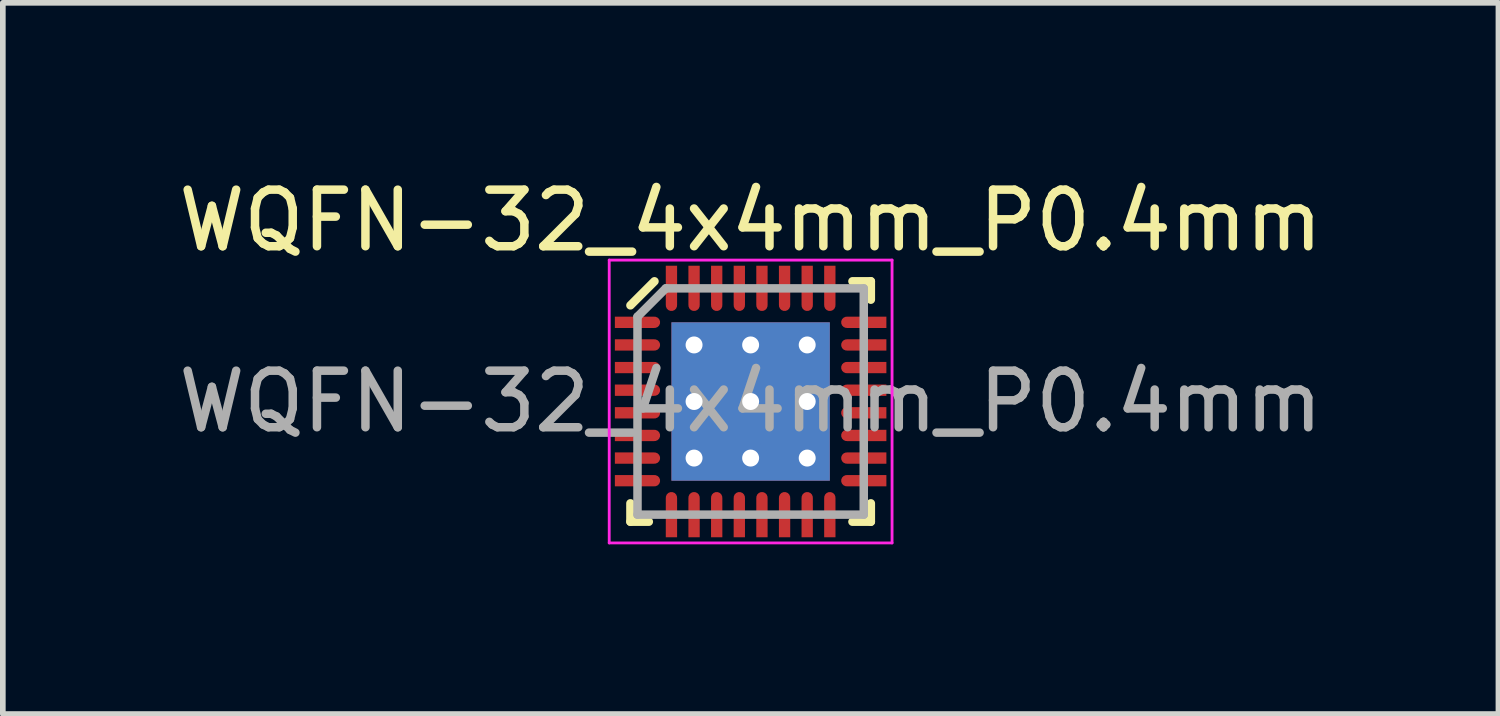
<source format=kicad_pcb>
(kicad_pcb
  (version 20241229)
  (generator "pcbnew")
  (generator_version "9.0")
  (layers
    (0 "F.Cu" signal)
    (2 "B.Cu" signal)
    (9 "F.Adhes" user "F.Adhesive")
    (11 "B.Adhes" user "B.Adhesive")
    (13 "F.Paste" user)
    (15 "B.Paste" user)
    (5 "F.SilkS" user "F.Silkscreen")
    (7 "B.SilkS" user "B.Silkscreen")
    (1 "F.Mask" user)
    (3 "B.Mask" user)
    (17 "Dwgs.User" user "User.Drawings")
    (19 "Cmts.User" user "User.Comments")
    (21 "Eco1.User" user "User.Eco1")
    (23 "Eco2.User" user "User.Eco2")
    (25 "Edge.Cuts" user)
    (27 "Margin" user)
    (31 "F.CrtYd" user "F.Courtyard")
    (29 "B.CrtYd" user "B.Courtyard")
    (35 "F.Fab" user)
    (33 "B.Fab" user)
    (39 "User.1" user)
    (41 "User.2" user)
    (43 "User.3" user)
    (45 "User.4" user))
  (footprint "WQFN-32_4x4mm_P0.4mm"
    (layer "F.Cu")
    (at 10.22 4.048)
    (property "Reference" "WQFN-32_4x4mm_P0.4mm" (at 0 -3.2 0) (layer "F.SilkS") (effects (font (size 1 1) (thickness 0.15))))
    (attr smd)
    (fp_line (start -2.125 -1.7) (end -1.7 -2.125) (stroke (width 0.15) (type solid)) (layer "F.SilkS"))
    (fp_line (start -2.125 2.125) (end -2.125 1.8) (stroke (width 0.15) (type solid)) (layer "F.SilkS"))
    (fp_line (start -2.125 2.125) (end -1.8 2.125) (stroke (width 0.15) (type solid)) (layer "F.SilkS"))
    (fp_line (start 2.125 -2.125) (end 1.8 -2.125) (stroke (width 0.15) (type solid)) (layer "F.SilkS"))
    (fp_line (start 2.125 -2.125) (end 2.125 -1.8) (stroke (width 0.15) (type solid)) (layer "F.SilkS"))
    (fp_line (start 2.125 2.125) (end 1.8 2.125) (stroke (width 0.15) (type solid)) (layer "F.SilkS"))
    (fp_line (start 2.125 2.125) (end 2.125 1.8) (stroke (width 0.15) (type solid)) (layer "F.SilkS"))
    (fp_line (start -2.5 -2.5) (end -2.5 2.5) (stroke (width 0.05) (type solid)) (layer "F.CrtYd"))
    (fp_line (start -2.5 -2.5) (end 2.5 -2.5) (stroke (width 0.05) (type solid)) (layer "F.CrtYd"))
    (fp_line (start -2.5 2.5) (end 2.5 2.5) (stroke (width 0.05) (type solid)) (layer "F.CrtYd"))
    (fp_line (start 2.5 -2.5) (end 2.5 2.5) (stroke (width 0.05) (type solid)) (layer "F.CrtYd"))
    (fp_line (start -2 -1.5) (end -1.5 -2) (stroke (width 0.15) (type solid)) (layer "F.Fab"))
    (fp_line (start -2 2) (end -2 -1.5) (stroke (width 0.15) (type solid)) (layer "F.Fab"))
    (fp_line (start -1.5 -2) (end 2 -2) (stroke (width 0.15) (type solid)) (layer "F.Fab"))
    (fp_line (start 2 -2) (end 2 2) (stroke (width 0.15) (type solid)) (layer "F.Fab"))
    (fp_line (start 2 2) (end -2 2) (stroke (width 0.15) (type solid)) (layer "F.Fab"))
    (fp_text user "${REFERENCE}" (at 0 0 0) (layer "F.Fab") (effects (font (size 1 1) (thickness 0.15))))
    (pad "" smd rect (at -0.75 -0.75) (size 1.2 1.2) (layers "F.Paste"))
    (pad "" smd rect (at -0.75 0.75) (size 1.2 1.2) (layers "F.Paste"))
    (pad "" smd rect (at 0 0) (size 2.8 2.8) (layers "F.Mask"))
    (pad "" smd rect (at 0.75 -0.75) (size 1.2 1.2) (layers "F.Paste"))
    (pad "" smd rect (at 0.75 0.75) (size 1.2 1.2) (layers "F.Paste"))
    (pad "1" smd custom (at -2.05 -1.4) (size 0.7 0.2) (layers "F.Cu" "F.Mask" "F.Paste") (options (anchor rect)) (primitives (gr_circle (center 0.35 0) (end 0.45 0) (width 0) (fill yes))))
    (pad "2" smd custom (at -2.05 -1) (size 0.7 0.2) (layers "F.Cu" "F.Mask" "F.Paste") (options (anchor rect)) (primitives (gr_circle (center 0.35 0) (end 0.45 0) (width 0) (fill yes))))
    (pad "3" smd custom (at -2.05 -0.6) (size 0.7 0.2) (layers "F.Cu" "F.Mask" "F.Paste") (options (anchor rect)) (primitives (gr_circle (center 0.35 0) (end 0.45 0) (width 0) (fill yes))))
    (pad "4" smd custom (at -2.05 -0.2) (size 0.7 0.2) (layers "F.Cu" "F.Mask" "F.Paste") (options (anchor rect)) (primitives (gr_circle (center 0.35 0) (end 0.45 0) (width 0) (fill yes))))
    (pad "5" smd custom (at -2.05 0.2) (size 0.7 0.2) (layers "F.Cu" "F.Mask" "F.Paste") (options (anchor rect)) (primitives (gr_circle (center 0.35 0) (end 0.45 0) (width 0) (fill yes))))
    (pad "6" smd custom (at -2.05 0.6) (size 0.7 0.2) (layers "F.Cu" "F.Mask" "F.Paste") (options (anchor rect)) (primitives (gr_circle (center 0.35 0) (end 0.45 0) (width 0) (fill yes))))
    (pad "7" smd custom (at -2.05 1) (size 0.7 0.2) (layers "F.Cu" "F.Mask" "F.Paste") (options (anchor rect)) (primitives (gr_circle (center 0.35 0) (end 0.45 0) (width 0) (fill yes))))
    (pad "8" smd custom (at -2.05 1.4) (size 0.7 0.2) (layers "F.Cu" "F.Mask" "F.Paste") (options (anchor rect)) (primitives (gr_circle (center 0.35 0) (end 0.45 0) (width 0) (fill yes))))
    (pad "9" smd custom (at -1.4 2.05 90) (size 0.7 0.2) (layers "F.Cu" "F.Mask" "F.Paste") (options (anchor rect)) (primitives (gr_circle (center 0.35 0) (end 0.45 0) (width 0) (fill yes))))
    (pad "10" smd custom (at -1 2.05 90) (size 0.7 0.2) (layers "F.Cu" "F.Mask" "F.Paste") (options (anchor rect)) (primitives (gr_circle (center 0.35 0) (end 0.45 0) (width 0) (fill yes))))
    (pad "11" smd custom (at -0.6 2.05 90) (size 0.7 0.2) (layers "F.Cu" "F.Mask" "F.Paste") (options (anchor rect)) (primitives (gr_circle (center 0.35 0) (end 0.45 0) (width 0) (fill yes))))
    (pad "12" smd custom (at -0.2 2.05 90) (size 0.7 0.2) (layers "F.Cu" "F.Mask" "F.Paste") (options (anchor rect)) (primitives (gr_circle (center 0.35 0) (end 0.45 0) (width 0) (fill yes))))
    (pad "13" smd custom (at 0.2 2.05 90) (size 0.7 0.2) (layers "F.Cu" "F.Mask" "F.Paste") (options (anchor rect)) (primitives (gr_circle (center 0.35 0) (end 0.45 0) (width 0) (fill yes))))
    (pad "14" smd custom (at 0.6 2.05 90) (size 0.7 0.2) (layers "F.Cu" "F.Mask" "F.Paste") (options (anchor rect)) (primitives (gr_circle (center 0.35 0) (end 0.45 0) (width 0) (fill yes))))
    (pad "15" smd custom (at 1 2.05 90) (size 0.7 0.2) (layers "F.Cu" "F.Mask" "F.Paste") (options (anchor rect)) (primitives (gr_circle (center 0.35 0) (end 0.45 0) (width 0) (fill yes))))
    (pad "16" smd custom (at 1.4 2.05 90) (size 0.7 0.2) (layers "F.Cu" "F.Mask" "F.Paste") (options (anchor rect)) (primitives (gr_circle (center 0.35 0) (end 0.45 0) (width 0) (fill yes))))
    (pad "17" smd custom (at 2.05 1.4 180) (size 0.7 0.2) (layers "F.Cu" "F.Mask" "F.Paste") (options (anchor rect)) (primitives (gr_circle (center 0.35 0) (end 0.45 0) (width 0) (fill yes))))
    (pad "18" smd custom (at 2.05 1 180) (size 0.7 0.2) (layers "F.Cu" "F.Mask" "F.Paste") (options (anchor rect)) (primitives (gr_circle (center 0.35 0) (end 0.45 0) (width 0) (fill yes))))
    (pad "19" smd custom (at 2.05 0.6 180) (size 0.7 0.2) (layers "F.Cu" "F.Mask" "F.Paste") (options (anchor rect)) (primitives (gr_circle (center 0.35 0) (end 0.45 0) (width 0) (fill yes))))
    (pad "20" smd custom (at 2.05 0.2 180) (size 0.7 0.2) (layers "F.Cu" "F.Mask" "F.Paste") (options (anchor rect)) (primitives (gr_circle (center 0.35 0) (end 0.45 0) (width 0) (fill yes))))
    (pad "21" smd custom (at 2.05 -0.2 180) (size 0.7 0.2) (layers "F.Cu" "F.Mask" "F.Paste") (options (anchor rect)) (primitives (gr_circle (center 0.35 0) (end 0.45 0) (width 0) (fill yes))))
    (pad "22" smd custom (at 2.05 -0.6 180) (size 0.7 0.2) (layers "F.Cu" "F.Mask" "F.Paste") (options (anchor rect)) (primitives (gr_circle (center 0.35 0) (end 0.45 0) (width 0) (fill yes))))
    (pad "23" smd custom (at 2.05 -1 180) (size 0.7 0.2) (layers "F.Cu" "F.Mask" "F.Paste") (options (anchor rect)) (primitives (gr_circle (center 0.35 0) (end 0.45 0) (width 0) (fill yes))))
    (pad "24" smd custom (at 2.05 -1.4 180) (size 0.7 0.2) (layers "F.Cu" "F.Mask" "F.Paste") (options (anchor rect)) (primitives (gr_circle (center 0.35 0) (end 0.45 0) (width 0) (fill yes))))
    (pad "25" smd custom (at 1.4 -2.05 270) (size 0.7 0.2) (layers "F.Cu" "F.Mask" "F.Paste") (options (anchor rect)) (primitives (gr_circle (center 0.35 0) (end 0.45 0) (width 0) (fill yes))))
    (pad "26" smd custom (at 1 -2.05 270) (size 0.7 0.2) (layers "F.Cu" "F.Mask" "F.Paste") (options (anchor rect)) (primitives (gr_circle (center 0.35 0) (end 0.45 0) (width 0) (fill yes))))
    (pad "27" smd custom (at 0.6 -2.05 270) (size 0.7 0.2) (layers "F.Cu" "F.Mask" "F.Paste") (options (anchor rect)) (primitives (gr_circle (center 0.35 0) (end 0.45 0) (width 0) (fill yes))))
    (pad "28" smd custom (at 0.2 -2.05 270) (size 0.7 0.2) (layers "F.Cu" "F.Mask" "F.Paste") (options (anchor rect)) (primitives (gr_circle (center 0.35 0) (end 0.45 0) (width 0) (fill yes))))
    (pad "29" smd custom (at -0.2 -2.05 270) (size 0.7 0.2) (layers "F.Cu" "F.Mask" "F.Paste") (options (anchor rect)) (primitives (gr_circle (center 0.35 0) (end 0.45 0) (width 0) (fill yes))))
    (pad "30" smd custom (at -0.6 -2.05 270) (size 0.7 0.2) (layers "F.Cu" "F.Mask" "F.Paste") (options (anchor rect)) (primitives (gr_circle (center 0.35 0) (end 0.45 0) (width 0) (fill yes))))
    (pad "31" smd custom (at -1 -2.05 270) (size 0.7 0.2) (layers "F.Cu" "F.Mask" "F.Paste") (options (anchor rect)) (primitives (gr_circle (center 0.35 0) (end 0.45 0) (width 0) (fill yes))))
    (pad "32" smd custom (at -1.4 -2.05 270) (size 0.7 0.2) (layers "F.Cu" "F.Mask" "F.Paste") (options (anchor rect)) (primitives (gr_circle (center 0.35 0) (end 0.45 0) (width 0) (fill yes))))
    (pad "TH" thru_hole circle (at -1 -1) (size 0.6 0.6) (drill 0.3) (layers "*.Cu" "F.Mask"))
    (pad "TH" thru_hole circle (at -1 0) (size 0.6 0.6) (drill 0.3) (layers "*.Cu" "F.Mask"))
    (pad "TH" thru_hole circle (at -1 1) (size 0.6 0.6) (drill 0.3) (layers "*.Cu" "F.Mask"))
    (pad "TH" thru_hole circle (at 0 -1) (size 0.6 0.6) (drill 0.3) (layers "*.Cu" "F.Mask"))
    (pad "TH" thru_hole circle (at 0 0) (size 0.6 0.6) (drill 0.3) (layers "*.Cu" "F.Mask"))
    (pad "TH" smd rect (at 0 0) (size 2.8 2.8) (layers "F.Cu"))
    (pad "TH" smd rect (at 0 0) (size 2.8 2.8) (layers "B.Cu"))
    (pad "TH" thru_hole circle (at 0 1) (size 0.6 0.6) (drill 0.3) (layers "*.Cu" "F.Mask"))
    (pad "TH" thru_hole circle (at 1 -1) (size 0.6 0.6) (drill 0.3) (layers "*.Cu" "F.Mask"))
    (pad "TH" thru_hole circle (at 1 0) (size 0.6 0.6) (drill 0.3) (layers "*.Cu" "F.Mask"))
    (pad "TH" thru_hole circle (at 1 1) (size 0.6 0.6) (drill 0.3) (layers "*.Cu" "F.Mask")))
  (gr_rect
    (start -3 -3)
    (end 23.44 9.573)
    (stroke (width 0.1) (type default))
    (fill no)
    (layer "Edge.Cuts")))
</source>
